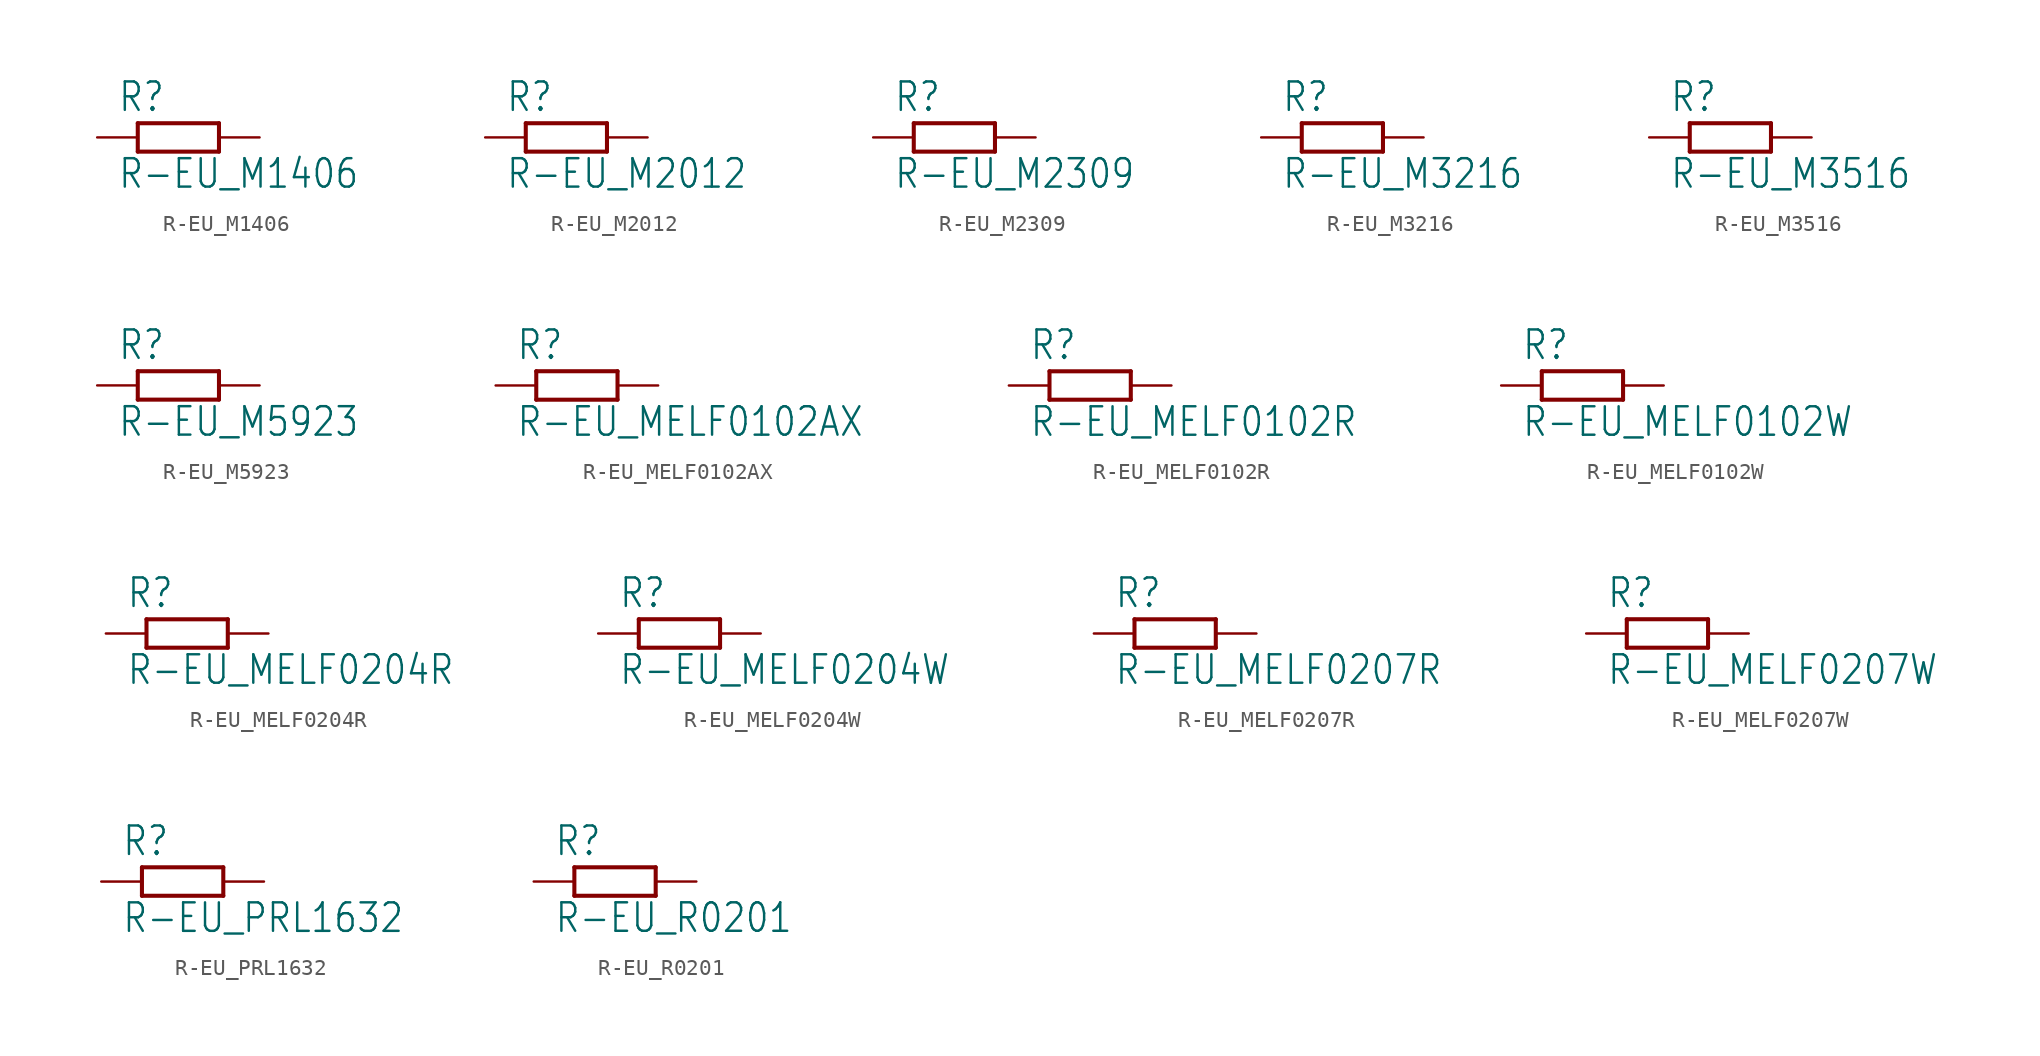
<source format=kicad_sym>
(kicad_symbol_lib
  (version 20210619)
  (generator kicad_symbol_editor)
  (symbol "R-EU_M1406"
    (property "Reference" "R"
      (at -3.81 1.499 0)
      (effects (font (size 1.778 1.511)) (justify left bottom)))
    (property "Value" "R-EU_M1406"
      (at -3.81 -3.302 0)
      (effects (font (size 1.778 1.511)) (justify left bottom)))
    (property "ki_locked" ""
      (at 0 0 0)
      (effects (font (size 1.27 1.27))))
    (symbol "R-EU_M1406_1_0"
      (polyline (pts (xy -2.54 -0.889) (xy -2.54 0.889)) (stroke (width 0.254)) (fill (type none)))
      (polyline (pts (xy -2.54 -0.889) (xy 2.54 -0.889)) (stroke (width 0.254)) (fill (type none)))
      (polyline (pts (xy 2.54 -0.889) (xy 2.54 0.889)) (stroke (width 0.254)) (fill (type none)))
      (polyline (pts (xy 2.54 0.889) (xy -2.54 0.889)) (stroke (width 0.254)) (fill (type none)))
      (pin passive line (at -5.08 0 0) (length 2.54) (name "1" (effects (font (size 0 0)))) (number "1" (effects (font (size 0 0)))))
      (pin passive line (at 5.08 0 180) (length 2.54) (name "2" (effects (font (size 0 0)))) (number "2" (effects (font (size 0 0)))))))
  (symbol "R-EU_M2012"
    (property "Reference" "R"
      (at -3.81 1.499 0)
      (effects (font (size 1.778 1.511)) (justify left bottom)))
    (property "Value" "R-EU_M2012"
      (at -3.81 -3.302 0)
      (effects (font (size 1.778 1.511)) (justify left bottom)))
    (property "ki_locked" ""
      (at 0 0 0)
      (effects (font (size 1.27 1.27))))
    (symbol "R-EU_M2012_1_0"
      (polyline (pts (xy -2.54 -0.889) (xy -2.54 0.889)) (stroke (width 0.254)) (fill (type none)))
      (polyline (pts (xy -2.54 -0.889) (xy 2.54 -0.889)) (stroke (width 0.254)) (fill (type none)))
      (polyline (pts (xy 2.54 -0.889) (xy 2.54 0.889)) (stroke (width 0.254)) (fill (type none)))
      (polyline (pts (xy 2.54 0.889) (xy -2.54 0.889)) (stroke (width 0.254)) (fill (type none)))
      (pin passive line (at -5.08 0 0) (length 2.54) (name "1" (effects (font (size 0 0)))) (number "1" (effects (font (size 0 0)))))
      (pin passive line (at 5.08 0 180) (length 2.54) (name "2" (effects (font (size 0 0)))) (number "2" (effects (font (size 0 0)))))))
  (symbol "R-EU_M2309"
    (property "Reference" "R"
      (at -3.81 1.499 0)
      (effects (font (size 1.778 1.511)) (justify left bottom)))
    (property "Value" "R-EU_M2309"
      (at -3.81 -3.302 0)
      (effects (font (size 1.778 1.511)) (justify left bottom)))
    (property "ki_locked" ""
      (at 0 0 0)
      (effects (font (size 1.27 1.27))))
    (symbol "R-EU_M2309_1_0"
      (polyline (pts (xy -2.54 -0.889) (xy -2.54 0.889)) (stroke (width 0.254)) (fill (type none)))
      (polyline (pts (xy -2.54 -0.889) (xy 2.54 -0.889)) (stroke (width 0.254)) (fill (type none)))
      (polyline (pts (xy 2.54 -0.889) (xy 2.54 0.889)) (stroke (width 0.254)) (fill (type none)))
      (polyline (pts (xy 2.54 0.889) (xy -2.54 0.889)) (stroke (width 0.254)) (fill (type none)))
      (pin passive line (at -5.08 0 0) (length 2.54) (name "1" (effects (font (size 0 0)))) (number "1" (effects (font (size 0 0)))))
      (pin passive line (at 5.08 0 180) (length 2.54) (name "2" (effects (font (size 0 0)))) (number "2" (effects (font (size 0 0)))))))
  (symbol "R-EU_M3216"
    (property "Reference" "R"
      (at -3.81 1.499 0)
      (effects (font (size 1.778 1.511)) (justify left bottom)))
    (property "Value" "R-EU_M3216"
      (at -3.81 -3.302 0)
      (effects (font (size 1.778 1.511)) (justify left bottom)))
    (property "ki_locked" ""
      (at 0 0 0)
      (effects (font (size 1.27 1.27))))
    (symbol "R-EU_M3216_1_0"
      (polyline (pts (xy -2.54 -0.889) (xy -2.54 0.889)) (stroke (width 0.254)) (fill (type none)))
      (polyline (pts (xy -2.54 -0.889) (xy 2.54 -0.889)) (stroke (width 0.254)) (fill (type none)))
      (polyline (pts (xy 2.54 -0.889) (xy 2.54 0.889)) (stroke (width 0.254)) (fill (type none)))
      (polyline (pts (xy 2.54 0.889) (xy -2.54 0.889)) (stroke (width 0.254)) (fill (type none)))
      (pin passive line (at -5.08 0 0) (length 2.54) (name "1" (effects (font (size 0 0)))) (number "1" (effects (font (size 0 0)))))
      (pin passive line (at 5.08 0 180) (length 2.54) (name "2" (effects (font (size 0 0)))) (number "2" (effects (font (size 0 0)))))))
  (symbol "R-EU_M3516"
    (property "Reference" "R"
      (at -3.81 1.499 0)
      (effects (font (size 1.778 1.511)) (justify left bottom)))
    (property "Value" "R-EU_M3516"
      (at -3.81 -3.302 0)
      (effects (font (size 1.778 1.511)) (justify left bottom)))
    (property "ki_locked" ""
      (at 0 0 0)
      (effects (font (size 1.27 1.27))))
    (symbol "R-EU_M3516_1_0"
      (polyline (pts (xy -2.54 -0.889) (xy -2.54 0.889)) (stroke (width 0.254)) (fill (type none)))
      (polyline (pts (xy -2.54 -0.889) (xy 2.54 -0.889)) (stroke (width 0.254)) (fill (type none)))
      (polyline (pts (xy 2.54 -0.889) (xy 2.54 0.889)) (stroke (width 0.254)) (fill (type none)))
      (polyline (pts (xy 2.54 0.889) (xy -2.54 0.889)) (stroke (width 0.254)) (fill (type none)))
      (pin passive line (at -5.08 0 0) (length 2.54) (name "1" (effects (font (size 0 0)))) (number "1" (effects (font (size 0 0)))))
      (pin passive line (at 5.08 0 180) (length 2.54) (name "2" (effects (font (size 0 0)))) (number "2" (effects (font (size 0 0)))))))
  (symbol "R-EU_M5923"
    (property "Reference" "R"
      (at -3.81 1.499 0)
      (effects (font (size 1.778 1.511)) (justify left bottom)))
    (property "Value" "R-EU_M5923"
      (at -3.81 -3.302 0)
      (effects (font (size 1.778 1.511)) (justify left bottom)))
    (property "ki_locked" ""
      (at 0 0 0)
      (effects (font (size 1.27 1.27))))
    (symbol "R-EU_M5923_1_0"
      (polyline (pts (xy -2.54 -0.889) (xy -2.54 0.889)) (stroke (width 0.254)) (fill (type none)))
      (polyline (pts (xy -2.54 -0.889) (xy 2.54 -0.889)) (stroke (width 0.254)) (fill (type none)))
      (polyline (pts (xy 2.54 -0.889) (xy 2.54 0.889)) (stroke (width 0.254)) (fill (type none)))
      (polyline (pts (xy 2.54 0.889) (xy -2.54 0.889)) (stroke (width 0.254)) (fill (type none)))
      (pin passive line (at -5.08 0 0) (length 2.54) (name "1" (effects (font (size 0 0)))) (number "1" (effects (font (size 0 0)))))
      (pin passive line (at 5.08 0 180) (length 2.54) (name "2" (effects (font (size 0 0)))) (number "2" (effects (font (size 0 0)))))))
  (symbol "R-EU_MELF0102AX"
    (property "Reference" "R"
      (at -3.81 1.499 0)
      (effects (font (size 1.778 1.511)) (justify left bottom)))
    (property "Value" "R-EU_MELF0102AX"
      (at -3.81 -3.302 0)
      (effects (font (size 1.778 1.511)) (justify left bottom)))
    (property "ki_locked" ""
      (at 0 0 0)
      (effects (font (size 1.27 1.27))))
    (symbol "R-EU_MELF0102AX_1_0"
      (polyline (pts (xy -2.54 -0.889) (xy -2.54 0.889)) (stroke (width 0.254)) (fill (type none)))
      (polyline (pts (xy -2.54 -0.889) (xy 2.54 -0.889)) (stroke (width 0.254)) (fill (type none)))
      (polyline (pts (xy 2.54 -0.889) (xy 2.54 0.889)) (stroke (width 0.254)) (fill (type none)))
      (polyline (pts (xy 2.54 0.889) (xy -2.54 0.889)) (stroke (width 0.254)) (fill (type none)))
      (pin passive line (at -5.08 0 0) (length 2.54) (name "1" (effects (font (size 0 0)))) (number "1" (effects (font (size 0 0)))))
      (pin passive line (at 5.08 0 180) (length 2.54) (name "2" (effects (font (size 0 0)))) (number "2" (effects (font (size 0 0)))))))
  (symbol "R-EU_MELF0102R"
    (property "Reference" "R"
      (at -3.81 1.499 0)
      (effects (font (size 1.778 1.511)) (justify left bottom)))
    (property "Value" "R-EU_MELF0102R"
      (at -3.81 -3.302 0)
      (effects (font (size 1.778 1.511)) (justify left bottom)))
    (property "ki_locked" ""
      (at 0 0 0)
      (effects (font (size 1.27 1.27))))
    (symbol "R-EU_MELF0102R_1_0"
      (polyline (pts (xy -2.54 -0.889) (xy -2.54 0.889)) (stroke (width 0.254)) (fill (type none)))
      (polyline (pts (xy -2.54 -0.889) (xy 2.54 -0.889)) (stroke (width 0.254)) (fill (type none)))
      (polyline (pts (xy 2.54 -0.889) (xy 2.54 0.889)) (stroke (width 0.254)) (fill (type none)))
      (polyline (pts (xy 2.54 0.889) (xy -2.54 0.889)) (stroke (width 0.254)) (fill (type none)))
      (pin passive line (at -5.08 0 0) (length 2.54) (name "1" (effects (font (size 0 0)))) (number "1" (effects (font (size 0 0)))))
      (pin passive line (at 5.08 0 180) (length 2.54) (name "2" (effects (font (size 0 0)))) (number "2" (effects (font (size 0 0)))))))
  (symbol "R-EU_MELF0102W"
    (property "Reference" "R"
      (at -3.81 1.499 0)
      (effects (font (size 1.778 1.511)) (justify left bottom)))
    (property "Value" "R-EU_MELF0102W"
      (at -3.81 -3.302 0)
      (effects (font (size 1.778 1.511)) (justify left bottom)))
    (property "ki_locked" ""
      (at 0 0 0)
      (effects (font (size 1.27 1.27))))
    (symbol "R-EU_MELF0102W_1_0"
      (polyline (pts (xy -2.54 -0.889) (xy -2.54 0.889)) (stroke (width 0.254)) (fill (type none)))
      (polyline (pts (xy -2.54 -0.889) (xy 2.54 -0.889)) (stroke (width 0.254)) (fill (type none)))
      (polyline (pts (xy 2.54 -0.889) (xy 2.54 0.889)) (stroke (width 0.254)) (fill (type none)))
      (polyline (pts (xy 2.54 0.889) (xy -2.54 0.889)) (stroke (width 0.254)) (fill (type none)))
      (pin passive line (at -5.08 0 0) (length 2.54) (name "1" (effects (font (size 0 0)))) (number "1" (effects (font (size 0 0)))))
      (pin passive line (at 5.08 0 180) (length 2.54) (name "2" (effects (font (size 0 0)))) (number "2" (effects (font (size 0 0)))))))
  (symbol "R-EU_MELF0204R"
    (property "Reference" "R"
      (at -3.81 1.499 0)
      (effects (font (size 1.778 1.511)) (justify left bottom)))
    (property "Value" "R-EU_MELF0204R"
      (at -3.81 -3.302 0)
      (effects (font (size 1.778 1.511)) (justify left bottom)))
    (property "ki_locked" ""
      (at 0 0 0)
      (effects (font (size 1.27 1.27))))
    (symbol "R-EU_MELF0204R_1_0"
      (polyline (pts (xy -2.54 -0.889) (xy -2.54 0.889)) (stroke (width 0.254)) (fill (type none)))
      (polyline (pts (xy -2.54 -0.889) (xy 2.54 -0.889)) (stroke (width 0.254)) (fill (type none)))
      (polyline (pts (xy 2.54 -0.889) (xy 2.54 0.889)) (stroke (width 0.254)) (fill (type none)))
      (polyline (pts (xy 2.54 0.889) (xy -2.54 0.889)) (stroke (width 0.254)) (fill (type none)))
      (pin passive line (at -5.08 0 0) (length 2.54) (name "1" (effects (font (size 0 0)))) (number "1" (effects (font (size 0 0)))))
      (pin passive line (at 5.08 0 180) (length 2.54) (name "2" (effects (font (size 0 0)))) (number "2" (effects (font (size 0 0)))))))
  (symbol "R-EU_MELF0204W"
    (property "Reference" "R"
      (at -3.81 1.499 0)
      (effects (font (size 1.778 1.511)) (justify left bottom)))
    (property "Value" "R-EU_MELF0204W"
      (at -3.81 -3.302 0)
      (effects (font (size 1.778 1.511)) (justify left bottom)))
    (property "ki_locked" ""
      (at 0 0 0)
      (effects (font (size 1.27 1.27))))
    (symbol "R-EU_MELF0204W_1_0"
      (polyline (pts (xy -2.54 -0.889) (xy -2.54 0.889)) (stroke (width 0.254)) (fill (type none)))
      (polyline (pts (xy -2.54 -0.889) (xy 2.54 -0.889)) (stroke (width 0.254)) (fill (type none)))
      (polyline (pts (xy 2.54 -0.889) (xy 2.54 0.889)) (stroke (width 0.254)) (fill (type none)))
      (polyline (pts (xy 2.54 0.889) (xy -2.54 0.889)) (stroke (width 0.254)) (fill (type none)))
      (pin passive line (at -5.08 0 0) (length 2.54) (name "1" (effects (font (size 0 0)))) (number "1" (effects (font (size 0 0)))))
      (pin passive line (at 5.08 0 180) (length 2.54) (name "2" (effects (font (size 0 0)))) (number "2" (effects (font (size 0 0)))))))
  (symbol "R-EU_MELF0207R"
    (property "Reference" "R"
      (at -3.81 1.499 0)
      (effects (font (size 1.778 1.511)) (justify left bottom)))
    (property "Value" "R-EU_MELF0207R"
      (at -3.81 -3.302 0)
      (effects (font (size 1.778 1.511)) (justify left bottom)))
    (property "ki_locked" ""
      (at 0 0 0)
      (effects (font (size 1.27 1.27))))
    (symbol "R-EU_MELF0207R_1_0"
      (polyline (pts (xy -2.54 -0.889) (xy -2.54 0.889)) (stroke (width 0.254)) (fill (type none)))
      (polyline (pts (xy -2.54 -0.889) (xy 2.54 -0.889)) (stroke (width 0.254)) (fill (type none)))
      (polyline (pts (xy 2.54 -0.889) (xy 2.54 0.889)) (stroke (width 0.254)) (fill (type none)))
      (polyline (pts (xy 2.54 0.889) (xy -2.54 0.889)) (stroke (width 0.254)) (fill (type none)))
      (pin passive line (at -5.08 0 0) (length 2.54) (name "1" (effects (font (size 0 0)))) (number "1" (effects (font (size 0 0)))))
      (pin passive line (at 5.08 0 180) (length 2.54) (name "2" (effects (font (size 0 0)))) (number "2" (effects (font (size 0 0)))))))
  (symbol "R-EU_MELF0207W"
    (property "Reference" "R"
      (at -3.81 1.499 0)
      (effects (font (size 1.778 1.511)) (justify left bottom)))
    (property "Value" "R-EU_MELF0207W"
      (at -3.81 -3.302 0)
      (effects (font (size 1.778 1.511)) (justify left bottom)))
    (property "ki_locked" ""
      (at 0 0 0)
      (effects (font (size 1.27 1.27))))
    (symbol "R-EU_MELF0207W_1_0"
      (polyline (pts (xy -2.54 -0.889) (xy -2.54 0.889)) (stroke (width 0.254)) (fill (type none)))
      (polyline (pts (xy -2.54 -0.889) (xy 2.54 -0.889)) (stroke (width 0.254)) (fill (type none)))
      (polyline (pts (xy 2.54 -0.889) (xy 2.54 0.889)) (stroke (width 0.254)) (fill (type none)))
      (polyline (pts (xy 2.54 0.889) (xy -2.54 0.889)) (stroke (width 0.254)) (fill (type none)))
      (pin passive line (at -5.08 0 0) (length 2.54) (name "1" (effects (font (size 0 0)))) (number "1" (effects (font (size 0 0)))))
      (pin passive line (at 5.08 0 180) (length 2.54) (name "2" (effects (font (size 0 0)))) (number "2" (effects (font (size 0 0)))))))
  (symbol "R-EU_PRL1632"
    (property "Reference" "R"
      (at -3.81 1.499 0)
      (effects (font (size 1.778 1.511)) (justify left bottom)))
    (property "Value" "R-EU_PRL1632"
      (at -3.81 -3.302 0)
      (effects (font (size 1.778 1.511)) (justify left bottom)))
    (property "ki_locked" ""
      (at 0 0 0)
      (effects (font (size 1.27 1.27))))
    (symbol "R-EU_PRL1632_1_0"
      (polyline (pts (xy -2.54 -0.889) (xy -2.54 0.889)) (stroke (width 0.254)) (fill (type none)))
      (polyline (pts (xy -2.54 -0.889) (xy 2.54 -0.889)) (stroke (width 0.254)) (fill (type none)))
      (polyline (pts (xy 2.54 -0.889) (xy 2.54 0.889)) (stroke (width 0.254)) (fill (type none)))
      (polyline (pts (xy 2.54 0.889) (xy -2.54 0.889)) (stroke (width 0.254)) (fill (type none)))
      (pin passive line (at -5.08 0 0) (length 2.54) (name "1" (effects (font (size 0 0)))) (number "1" (effects (font (size 0 0)))))
      (pin passive line (at 5.08 0 180) (length 2.54) (name "2" (effects (font (size 0 0)))) (number "2" (effects (font (size 0 0)))))))
  (symbol "R-EU_R0201"
    (property "Reference" "R"
      (at -3.81 1.499 0)
      (effects (font (size 1.778 1.511)) (justify left bottom)))
    (property "Value" "R-EU_R0201"
      (at -3.81 -3.302 0)
      (effects (font (size 1.778 1.511)) (justify left bottom)))
    (property "ki_locked" ""
      (at 0 0 0)
      (effects (font (size 1.27 1.27))))
    (symbol "R-EU_R0201_1_0"
      (polyline (pts (xy -2.54 -0.889) (xy -2.54 0.889)) (stroke (width 0.254)) (fill (type none)))
      (polyline (pts (xy -2.54 -0.889) (xy 2.54 -0.889)) (stroke (width 0.254)) (fill (type none)))
      (polyline (pts (xy 2.54 -0.889) (xy 2.54 0.889)) (stroke (width 0.254)) (fill (type none)))
      (polyline (pts (xy 2.54 0.889) (xy -2.54 0.889)) (stroke (width 0.254)) (fill (type none)))
      (pin passive line (at -5.08 0 0) (length 2.54) (name "1" (effects (font (size 0 0)))) (number "1" (effects (font (size 0 0)))))
      (pin passive line (at 5.08 0 180) (length 2.54) (name "2" (effects (font (size 0 0)))) (number "2" (effects (font (size 0 0))))))))
</source>
